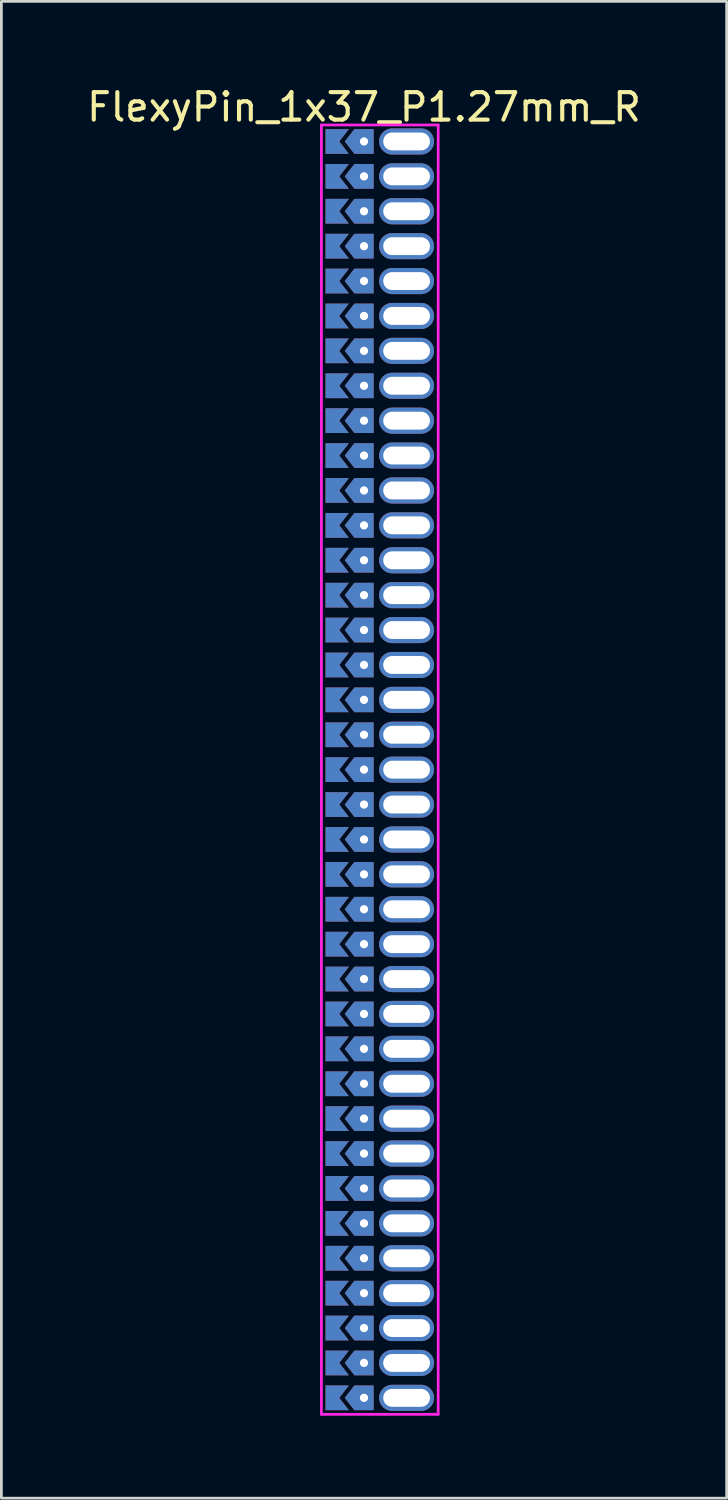
<source format=kicad_pcb>
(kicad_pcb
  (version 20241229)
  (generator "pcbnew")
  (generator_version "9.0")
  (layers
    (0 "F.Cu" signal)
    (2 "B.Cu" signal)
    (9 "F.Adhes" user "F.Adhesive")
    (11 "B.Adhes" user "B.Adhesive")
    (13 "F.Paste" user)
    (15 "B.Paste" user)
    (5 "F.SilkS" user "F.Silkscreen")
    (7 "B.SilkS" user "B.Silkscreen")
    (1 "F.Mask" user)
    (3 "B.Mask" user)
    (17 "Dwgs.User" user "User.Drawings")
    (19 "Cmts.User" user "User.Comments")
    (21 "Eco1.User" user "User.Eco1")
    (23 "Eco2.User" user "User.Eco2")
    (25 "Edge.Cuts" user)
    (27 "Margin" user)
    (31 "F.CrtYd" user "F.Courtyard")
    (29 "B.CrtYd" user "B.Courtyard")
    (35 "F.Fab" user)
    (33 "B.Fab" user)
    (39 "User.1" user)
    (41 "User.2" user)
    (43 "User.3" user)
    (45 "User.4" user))
  (footprint "FlexyPin_1x37_P1.27mm_R"
    (layer "F.Cu")
    (at 10.196 2.098)
    (property "Reference" "FlexyPin_1x37_P1.27mm_R" (at 0 -1.25 0) (layer "F.SilkS") (effects (font (size 1 1) (thickness 0.15))))
    (attr through_hole)
    (fp_line (start -1.55 -0.6) (end 2.7 -0.6) (stroke (width 0.1) (type solid)) (layer "F.CrtYd"))
    (fp_line (start -1.55 46.32) (end -1.55 -0.6) (stroke (width 0.1) (type solid)) (layer "F.CrtYd"))
    (fp_line (start 2.7 -0.6) (end 2.7 46.32) (stroke (width 0.1) (type solid)) (layer "F.CrtYd"))
    (fp_line (start 2.7 46.32) (end -1.55 46.32) (stroke (width 0.1) (type solid)) (layer "F.CrtYd"))
    (pad "" thru_hole custom (at 0 0) (size 0.3 0.3) (drill 0.6) (layers "*.Cu" "*.Mask") (options (anchor rect)) (primitives (gr_poly (pts (xy 0.35 0.45) (xy 0.35 -0.45) (xy -0.35 -0.45) (xy -0.7 0) (xy -0.35 0.45)) (width 0) (fill yes))))
    (pad "" thru_hole custom (at 0 1.27) (size 0.3 0.3) (drill 0.6) (layers "*.Cu" "*.Mask") (options (anchor rect)) (primitives (gr_poly (pts (xy 0.35 0.45) (xy 0.35 -0.45) (xy -0.35 -0.45) (xy -0.7 0) (xy -0.35 0.45)) (width 0) (fill yes))))
    (pad "" thru_hole custom (at 0 2.54) (size 0.3 0.3) (drill 0.6) (layers "*.Cu" "*.Mask") (options (anchor rect)) (primitives (gr_poly (pts (xy 0.35 0.45) (xy 0.35 -0.45) (xy -0.35 -0.45) (xy -0.7 0) (xy -0.35 0.45)) (width 0) (fill yes))))
    (pad "" thru_hole custom (at 0 3.81) (size 0.3 0.3) (drill 0.6) (layers "*.Cu" "*.Mask") (options (anchor rect)) (primitives (gr_poly (pts (xy 0.35 0.45) (xy 0.35 -0.45) (xy -0.35 -0.45) (xy -0.7 0) (xy -0.35 0.45)) (width 0) (fill yes))))
    (pad "" thru_hole custom (at 0 5.08) (size 0.3 0.3) (drill 0.6) (layers "*.Cu" "*.Mask") (options (anchor rect)) (primitives (gr_poly (pts (xy 0.35 0.45) (xy 0.35 -0.45) (xy -0.35 -0.45) (xy -0.7 0) (xy -0.35 0.45)) (width 0) (fill yes))))
    (pad "" thru_hole custom (at 0 6.35) (size 0.3 0.3) (drill 0.6) (layers "*.Cu" "*.Mask") (options (anchor rect)) (primitives (gr_poly (pts (xy 0.35 0.45) (xy 0.35 -0.45) (xy -0.35 -0.45) (xy -0.7 0) (xy -0.35 0.45)) (width 0) (fill yes))))
    (pad "" thru_hole custom (at 0 7.62) (size 0.3 0.3) (drill 0.6) (layers "*.Cu" "*.Mask") (options (anchor rect)) (primitives (gr_poly (pts (xy 0.35 0.45) (xy 0.35 -0.45) (xy -0.35 -0.45) (xy -0.7 0) (xy -0.35 0.45)) (width 0) (fill yes))))
    (pad "" thru_hole custom (at 0 8.89) (size 0.3 0.3) (drill 0.6) (layers "*.Cu" "*.Mask") (options (anchor rect)) (primitives (gr_poly (pts (xy 0.35 0.45) (xy 0.35 -0.45) (xy -0.35 -0.45) (xy -0.7 0) (xy -0.35 0.45)) (width 0) (fill yes))))
    (pad "" thru_hole custom (at 0 10.16) (size 0.3 0.3) (drill 0.6) (layers "*.Cu" "*.Mask") (options (anchor rect)) (primitives (gr_poly (pts (xy 0.35 0.45) (xy 0.35 -0.45) (xy -0.35 -0.45) (xy -0.7 0) (xy -0.35 0.45)) (width 0) (fill yes))))
    (pad "" thru_hole custom (at 0 11.43) (size 0.3 0.3) (drill 0.6) (layers "*.Cu" "*.Mask") (options (anchor rect)) (primitives (gr_poly (pts (xy 0.35 0.45) (xy 0.35 -0.45) (xy -0.35 -0.45) (xy -0.7 0) (xy -0.35 0.45)) (width 0) (fill yes))))
    (pad "" thru_hole custom (at 0 12.7) (size 0.3 0.3) (drill 0.6) (layers "*.Cu" "*.Mask") (options (anchor rect)) (primitives (gr_poly (pts (xy 0.35 0.45) (xy 0.35 -0.45) (xy -0.35 -0.45) (xy -0.7 0) (xy -0.35 0.45)) (width 0) (fill yes))))
    (pad "" thru_hole custom (at 0 13.97) (size 0.3 0.3) (drill 0.6) (layers "*.Cu" "*.Mask") (options (anchor rect)) (primitives (gr_poly (pts (xy 0.35 0.45) (xy 0.35 -0.45) (xy -0.35 -0.45) (xy -0.7 0) (xy -0.35 0.45)) (width 0) (fill yes))))
    (pad "" thru_hole custom (at 0 15.24) (size 0.3 0.3) (drill 0.6) (layers "*.Cu" "*.Mask") (options (anchor rect)) (primitives (gr_poly (pts (xy 0.35 0.45) (xy 0.35 -0.45) (xy -0.35 -0.45) (xy -0.7 0) (xy -0.35 0.45)) (width 0) (fill yes))))
    (pad "" thru_hole custom (at 0 16.51) (size 0.3 0.3) (drill 0.6) (layers "*.Cu" "*.Mask") (options (anchor rect)) (primitives (gr_poly (pts (xy 0.35 0.45) (xy 0.35 -0.45) (xy -0.35 -0.45) (xy -0.7 0) (xy -0.35 0.45)) (width 0) (fill yes))))
    (pad "" thru_hole custom (at 0 17.78) (size 0.3 0.3) (drill 0.6) (layers "*.Cu" "*.Mask") (options (anchor rect)) (primitives (gr_poly (pts (xy 0.35 0.45) (xy 0.35 -0.45) (xy -0.35 -0.45) (xy -0.7 0) (xy -0.35 0.45)) (width 0) (fill yes))))
    (pad "" thru_hole custom (at 0 19.05) (size 0.3 0.3) (drill 0.6) (layers "*.Cu" "*.Mask") (options (anchor rect)) (primitives (gr_poly (pts (xy 0.35 0.45) (xy 0.35 -0.45) (xy -0.35 -0.45) (xy -0.7 0) (xy -0.35 0.45)) (width 0) (fill yes))))
    (pad "" thru_hole custom (at 0 20.32) (size 0.3 0.3) (drill 0.6) (layers "*.Cu" "*.Mask") (options (anchor rect)) (primitives (gr_poly (pts (xy 0.35 0.45) (xy 0.35 -0.45) (xy -0.35 -0.45) (xy -0.7 0) (xy -0.35 0.45)) (width 0) (fill yes))))
    (pad "" thru_hole custom (at 0 21.59) (size 0.3 0.3) (drill 0.6) (layers "*.Cu" "*.Mask") (options (anchor rect)) (primitives (gr_poly (pts (xy 0.35 0.45) (xy 0.35 -0.45) (xy -0.35 -0.45) (xy -0.7 0) (xy -0.35 0.45)) (width 0) (fill yes))))
    (pad "" thru_hole custom (at 0 22.86) (size 0.3 0.3) (drill 0.6) (layers "*.Cu" "*.Mask") (options (anchor rect)) (primitives (gr_poly (pts (xy 0.35 0.45) (xy 0.35 -0.45) (xy -0.35 -0.45) (xy -0.7 0) (xy -0.35 0.45)) (width 0) (fill yes))))
    (pad "" thru_hole custom (at 0 24.13) (size 0.3 0.3) (drill 0.6) (layers "*.Cu" "*.Mask") (options (anchor rect)) (primitives (gr_poly (pts (xy 0.35 0.45) (xy 0.35 -0.45) (xy -0.35 -0.45) (xy -0.7 0) (xy -0.35 0.45)) (width 0) (fill yes))))
    (pad "" thru_hole custom (at 0 25.4) (size 0.3 0.3) (drill 0.6) (layers "*.Cu" "*.Mask") (options (anchor rect)) (primitives (gr_poly (pts (xy 0.35 0.45) (xy 0.35 -0.45) (xy -0.35 -0.45) (xy -0.7 0) (xy -0.35 0.45)) (width 0) (fill yes))))
    (pad "" thru_hole custom (at 0 26.67) (size 0.3 0.3) (drill 0.6) (layers "*.Cu" "*.Mask") (options (anchor rect)) (primitives (gr_poly (pts (xy 0.35 0.45) (xy 0.35 -0.45) (xy -0.35 -0.45) (xy -0.7 0) (xy -0.35 0.45)) (width 0) (fill yes))))
    (pad "" thru_hole custom (at 0 27.94) (size 0.3 0.3) (drill 0.6) (layers "*.Cu" "*.Mask") (options (anchor rect)) (primitives (gr_poly (pts (xy 0.35 0.45) (xy 0.35 -0.45) (xy -0.35 -0.45) (xy -0.7 0) (xy -0.35 0.45)) (width 0) (fill yes))))
    (pad "" thru_hole custom (at 0 29.21) (size 0.3 0.3) (drill 0.6) (layers "*.Cu" "*.Mask") (options (anchor rect)) (primitives (gr_poly (pts (xy 0.35 0.45) (xy 0.35 -0.45) (xy -0.35 -0.45) (xy -0.7 0) (xy -0.35 0.45)) (width 0) (fill yes))))
    (pad "" thru_hole custom (at 0 30.48) (size 0.3 0.3) (drill 0.6) (layers "*.Cu" "*.Mask") (options (anchor rect)) (primitives (gr_poly (pts (xy 0.35 0.45) (xy 0.35 -0.45) (xy -0.35 -0.45) (xy -0.7 0) (xy -0.35 0.45)) (width 0) (fill yes))))
    (pad "" thru_hole custom (at 0 31.75) (size 0.3 0.3) (drill 0.6) (layers "*.Cu" "*.Mask") (options (anchor rect)) (primitives (gr_poly (pts (xy 0.35 0.45) (xy 0.35 -0.45) (xy -0.35 -0.45) (xy -0.7 0) (xy -0.35 0.45)) (width 0) (fill yes))))
    (pad "" thru_hole custom (at 0 33.02) (size 0.3 0.3) (drill 0.6) (layers "*.Cu" "*.Mask") (options (anchor rect)) (primitives (gr_poly (pts (xy 0.35 0.45) (xy 0.35 -0.45) (xy -0.35 -0.45) (xy -0.7 0) (xy -0.35 0.45)) (width 0) (fill yes))))
    (pad "" thru_hole custom (at 0 34.29) (size 0.3 0.3) (drill 0.6) (layers "*.Cu" "*.Mask") (options (anchor rect)) (primitives (gr_poly (pts (xy 0.35 0.45) (xy 0.35 -0.45) (xy -0.35 -0.45) (xy -0.7 0) (xy -0.35 0.45)) (width 0) (fill yes))))
    (pad "" thru_hole custom (at 0 35.56) (size 0.3 0.3) (drill 0.6) (layers "*.Cu" "*.Mask") (options (anchor rect)) (primitives (gr_poly (pts (xy 0.35 0.45) (xy 0.35 -0.45) (xy -0.35 -0.45) (xy -0.7 0) (xy -0.35 0.45)) (width 0) (fill yes))))
    (pad "" thru_hole custom (at 0 36.83) (size 0.3 0.3) (drill 0.6) (layers "*.Cu" "*.Mask") (options (anchor rect)) (primitives (gr_poly (pts (xy 0.35 0.45) (xy 0.35 -0.45) (xy -0.35 -0.45) (xy -0.7 0) (xy -0.35 0.45)) (width 0) (fill yes))))
    (pad "" thru_hole custom (at 0 38.1) (size 0.3 0.3) (drill 0.6) (layers "*.Cu" "*.Mask") (options (anchor rect)) (primitives (gr_poly (pts (xy 0.35 0.45) (xy 0.35 -0.45) (xy -0.35 -0.45) (xy -0.7 0) (xy -0.35 0.45)) (width 0) (fill yes))))
    (pad "" thru_hole custom (at 0 39.37) (size 0.3 0.3) (drill 0.6) (layers "*.Cu" "*.Mask") (options (anchor rect)) (primitives (gr_poly (pts (xy 0.35 0.45) (xy 0.35 -0.45) (xy -0.35 -0.45) (xy -0.7 0) (xy -0.35 0.45)) (width 0) (fill yes))))
    (pad "" thru_hole custom (at 0 40.64) (size 0.3 0.3) (drill 0.6) (layers "*.Cu" "*.Mask") (options (anchor rect)) (primitives (gr_poly (pts (xy 0.35 0.45) (xy 0.35 -0.45) (xy -0.35 -0.45) (xy -0.7 0) (xy -0.35 0.45)) (width 0) (fill yes))))
    (pad "" thru_hole custom (at 0 41.91) (size 0.3 0.3) (drill 0.6) (layers "*.Cu" "*.Mask") (options (anchor rect)) (primitives (gr_poly (pts (xy 0.35 0.45) (xy 0.35 -0.45) (xy -0.35 -0.45) (xy -0.7 0) (xy -0.35 0.45)) (width 0) (fill yes))))
    (pad "" thru_hole custom (at 0 43.18) (size 0.3 0.3) (drill 0.6) (layers "*.Cu" "*.Mask") (options (anchor rect)) (primitives (gr_poly (pts (xy 0.35 0.45) (xy 0.35 -0.45) (xy -0.35 -0.45) (xy -0.7 0) (xy -0.35 0.45)) (width 0) (fill yes))))
    (pad "" thru_hole custom (at 0 44.45) (size 0.3 0.3) (drill 0.6) (layers "*.Cu" "*.Mask") (options (anchor rect)) (primitives (gr_poly (pts (xy 0.35 0.45) (xy 0.35 -0.45) (xy -0.35 -0.45) (xy -0.7 0) (xy -0.35 0.45)) (width 0) (fill yes))))
    (pad "" thru_hole custom (at 0 45.72) (size 0.3 0.3) (drill 0.6) (layers "*.Cu" "*.Mask") (options (anchor rect)) (primitives (gr_poly (pts (xy 0.35 0.45) (xy 0.35 -0.45) (xy -0.35 -0.45) (xy -0.7 0) (xy -0.35 0.45)) (width 0) (fill yes))))
    (pad "" thru_hole oval (at 1.55 0) (size 2 0.95) (drill oval 1.7 0.65) (layers "*.Cu" "*.Mask"))
    (pad "" thru_hole oval (at 1.55 1.27) (size 2 0.95) (drill oval 1.7 0.65) (layers "*.Cu" "*.Mask"))
    (pad "" thru_hole oval (at 1.55 2.54) (size 2 0.95) (drill oval 1.7 0.65) (layers "*.Cu" "*.Mask"))
    (pad "" thru_hole oval (at 1.55 3.81) (size 2 0.95) (drill oval 1.7 0.65) (layers "*.Cu" "*.Mask"))
    (pad "" thru_hole oval (at 1.55 5.08) (size 2 0.95) (drill oval 1.7 0.65) (layers "*.Cu" "*.Mask"))
    (pad "" thru_hole oval (at 1.55 6.35) (size 2 0.95) (drill oval 1.7 0.65) (layers "*.Cu" "*.Mask"))
    (pad "" thru_hole oval (at 1.55 7.62) (size 2 0.95) (drill oval 1.7 0.65) (layers "*.Cu" "*.Mask"))
    (pad "" thru_hole oval (at 1.55 8.89) (size 2 0.95) (drill oval 1.7 0.65) (layers "*.Cu" "*.Mask"))
    (pad "" thru_hole oval (at 1.55 10.16) (size 2 0.95) (drill oval 1.7 0.65) (layers "*.Cu" "*.Mask"))
    (pad "" thru_hole oval (at 1.55 11.43) (size 2 0.95) (drill oval 1.7 0.65) (layers "*.Cu" "*.Mask"))
    (pad "" thru_hole oval (at 1.55 12.7) (size 2 0.95) (drill oval 1.7 0.65) (layers "*.Cu" "*.Mask"))
    (pad "" thru_hole oval (at 1.55 13.97) (size 2 0.95) (drill oval 1.7 0.65) (layers "*.Cu" "*.Mask"))
    (pad "" thru_hole oval (at 1.55 15.24) (size 2 0.95) (drill oval 1.7 0.65) (layers "*.Cu" "*.Mask"))
    (pad "" thru_hole oval (at 1.55 16.51) (size 2 0.95) (drill oval 1.7 0.65) (layers "*.Cu" "*.Mask"))
    (pad "" thru_hole oval (at 1.55 17.78) (size 2 0.95) (drill oval 1.7 0.65) (layers "*.Cu" "*.Mask"))
    (pad "" thru_hole oval (at 1.55 19.05) (size 2 0.95) (drill oval 1.7 0.65) (layers "*.Cu" "*.Mask"))
    (pad "" thru_hole oval (at 1.55 20.32) (size 2 0.95) (drill oval 1.7 0.65) (layers "*.Cu" "*.Mask"))
    (pad "" thru_hole oval (at 1.55 21.59) (size 2 0.95) (drill oval 1.7 0.65) (layers "*.Cu" "*.Mask"))
    (pad "" thru_hole oval (at 1.55 22.86) (size 2 0.95) (drill oval 1.7 0.65) (layers "*.Cu" "*.Mask"))
    (pad "" thru_hole oval (at 1.55 24.13) (size 2 0.95) (drill oval 1.7 0.65) (layers "*.Cu" "*.Mask"))
    (pad "" thru_hole oval (at 1.55 25.4) (size 2 0.95) (drill oval 1.7 0.65) (layers "*.Cu" "*.Mask"))
    (pad "" thru_hole oval (at 1.55 26.67) (size 2 0.95) (drill oval 1.7 0.65) (layers "*.Cu" "*.Mask"))
    (pad "" thru_hole oval (at 1.55 27.94) (size 2 0.95) (drill oval 1.7 0.65) (layers "*.Cu" "*.Mask"))
    (pad "" thru_hole oval (at 1.55 29.21) (size 2 0.95) (drill oval 1.7 0.65) (layers "*.Cu" "*.Mask"))
    (pad "" thru_hole oval (at 1.55 30.48) (size 2 0.95) (drill oval 1.7 0.65) (layers "*.Cu" "*.Mask"))
    (pad "" thru_hole oval (at 1.55 31.75) (size 2 0.95) (drill oval 1.7 0.65) (layers "*.Cu" "*.Mask"))
    (pad "" thru_hole oval (at 1.55 33.02) (size 2 0.95) (drill oval 1.7 0.65) (layers "*.Cu" "*.Mask"))
    (pad "" thru_hole oval (at 1.55 34.29) (size 2 0.95) (drill oval 1.7 0.65) (layers "*.Cu" "*.Mask"))
    (pad "" thru_hole oval (at 1.55 35.56) (size 2 0.95) (drill oval 1.7 0.65) (layers "*.Cu" "*.Mask"))
    (pad "" thru_hole oval (at 1.55 36.83) (size 2 0.95) (drill oval 1.7 0.65) (layers "*.Cu" "*.Mask"))
    (pad "" thru_hole oval (at 1.55 38.1) (size 2 0.95) (drill oval 1.7 0.65) (layers "*.Cu" "*.Mask"))
    (pad "" thru_hole oval (at 1.55 39.37) (size 2 0.95) (drill oval 1.7 0.65) (layers "*.Cu" "*.Mask"))
    (pad "" thru_hole oval (at 1.55 40.64) (size 2 0.95) (drill oval 1.7 0.65) (layers "*.Cu" "*.Mask"))
    (pad "" thru_hole oval (at 1.55 41.91) (size 2 0.95) (drill oval 1.7 0.65) (layers "*.Cu" "*.Mask"))
    (pad "" thru_hole oval (at 1.55 43.18) (size 2 0.95) (drill oval 1.7 0.65) (layers "*.Cu" "*.Mask"))
    (pad "" thru_hole oval (at 1.55 44.45) (size 2 0.95) (drill oval 1.7 0.65) (layers "*.Cu" "*.Mask"))
    (pad "" thru_hole oval (at 1.55 45.72) (size 2 0.95) (drill oval 1.7 0.65) (layers "*.Cu" "*.Mask"))
    (pad "1" smd custom (at -0.9 0) (size 0.01 0.01) (layers "F.Cu" "F.Mask") (options (anchor rect)) (primitives (gr_poly (pts (xy 0 0) (xy 0.35 0.45) (xy -0.5 0.45) (xy -0.5 -0.45) (xy 0.35 -0.45)) (width 0) (fill yes))))
    (pad "1" smd custom (at -0.9 1.27) (size 0.01 0.01) (layers "F.Cu" "F.Mask") (options (anchor rect)) (primitives (gr_poly (pts (xy 0 0) (xy 0.35 0.45) (xy -0.5 0.45) (xy -0.5 -0.45) (xy 0.35 -0.45)) (width 0) (fill yes))))
    (pad "1" smd custom (at -0.9 2.54) (size 0.01 0.01) (layers "F.Cu" "F.Mask") (options (anchor rect)) (primitives (gr_poly (pts (xy 0 0) (xy 0.35 0.45) (xy -0.5 0.45) (xy -0.5 -0.45) (xy 0.35 -0.45)) (width 0) (fill yes))))
    (pad "1" smd custom (at -0.9 3.81) (size 0.01 0.01) (layers "F.Cu" "F.Mask") (options (anchor rect)) (primitives (gr_poly (pts (xy 0 0) (xy 0.35 0.45) (xy -0.5 0.45) (xy -0.5 -0.45) (xy 0.35 -0.45)) (width 0) (fill yes))))
    (pad "1" smd custom (at -0.9 5.08) (size 0.01 0.01) (layers "F.Cu" "F.Mask") (options (anchor rect)) (primitives (gr_poly (pts (xy 0 0) (xy 0.35 0.45) (xy -0.5 0.45) (xy -0.5 -0.45) (xy 0.35 -0.45)) (width 0) (fill yes))))
    (pad "1" smd custom (at -0.9 6.35) (size 0.01 0.01) (layers "F.Cu" "F.Mask") (options (anchor rect)) (primitives (gr_poly (pts (xy 0 0) (xy 0.35 0.45) (xy -0.5 0.45) (xy -0.5 -0.45) (xy 0.35 -0.45)) (width 0) (fill yes))))
    (pad "1" smd custom (at -0.9 7.62) (size 0.01 0.01) (layers "F.Cu" "F.Mask") (options (anchor rect)) (primitives (gr_poly (pts (xy 0 0) (xy 0.35 0.45) (xy -0.5 0.45) (xy -0.5 -0.45) (xy 0.35 -0.45)) (width 0) (fill yes))))
    (pad "1" smd custom (at -0.9 8.89) (size 0.01 0.01) (layers "F.Cu" "F.Mask") (options (anchor rect)) (primitives (gr_poly (pts (xy 0 0) (xy 0.35 0.45) (xy -0.5 0.45) (xy -0.5 -0.45) (xy 0.35 -0.45)) (width 0) (fill yes))))
    (pad "1" smd custom (at -0.9 10.16) (size 0.01 0.01) (layers "F.Cu" "F.Mask") (options (anchor rect)) (primitives (gr_poly (pts (xy 0 0) (xy 0.35 0.45) (xy -0.5 0.45) (xy -0.5 -0.45) (xy 0.35 -0.45)) (width 0) (fill yes))))
    (pad "1" smd custom (at -0.9 11.43) (size 0.01 0.01) (layers "F.Cu" "F.Mask") (options (anchor rect)) (primitives (gr_poly (pts (xy 0 0) (xy 0.35 0.45) (xy -0.5 0.45) (xy -0.5 -0.45) (xy 0.35 -0.45)) (width 0) (fill yes))))
    (pad "1" smd custom (at -0.9 12.7) (size 0.01 0.01) (layers "F.Cu" "F.Mask") (options (anchor rect)) (primitives (gr_poly (pts (xy 0 0) (xy 0.35 0.45) (xy -0.5 0.45) (xy -0.5 -0.45) (xy 0.35 -0.45)) (width 0) (fill yes))))
    (pad "1" smd custom (at -0.9 13.97) (size 0.01 0.01) (layers "F.Cu" "F.Mask") (options (anchor rect)) (primitives (gr_poly (pts (xy 0 0) (xy 0.35 0.45) (xy -0.5 0.45) (xy -0.5 -0.45) (xy 0.35 -0.45)) (width 0) (fill yes))))
    (pad "1" smd custom (at -0.9 15.24) (size 0.01 0.01) (layers "F.Cu" "F.Mask") (options (anchor rect)) (primitives (gr_poly (pts (xy 0 0) (xy 0.35 0.45) (xy -0.5 0.45) (xy -0.5 -0.45) (xy 0.35 -0.45)) (width 0) (fill yes))))
    (pad "1" smd custom (at -0.9 16.51) (size 0.01 0.01) (layers "F.Cu" "F.Mask") (options (anchor rect)) (primitives (gr_poly (pts (xy 0 0) (xy 0.35 0.45) (xy -0.5 0.45) (xy -0.5 -0.45) (xy 0.35 -0.45)) (width 0) (fill yes))))
    (pad "1" smd custom (at -0.9 17.78) (size 0.01 0.01) (layers "F.Cu" "F.Mask") (options (anchor rect)) (primitives (gr_poly (pts (xy 0 0) (xy 0.35 0.45) (xy -0.5 0.45) (xy -0.5 -0.45) (xy 0.35 -0.45)) (width 0) (fill yes))))
    (pad "1" smd custom (at -0.9 19.05) (size 0.01 0.01) (layers "F.Cu" "F.Mask") (options (anchor rect)) (primitives (gr_poly (pts (xy 0 0) (xy 0.35 0.45) (xy -0.5 0.45) (xy -0.5 -0.45) (xy 0.35 -0.45)) (width 0) (fill yes))))
    (pad "1" smd custom (at -0.9 20.32) (size 0.01 0.01) (layers "F.Cu" "F.Mask") (options (anchor rect)) (primitives (gr_poly (pts (xy 0 0) (xy 0.35 0.45) (xy -0.5 0.45) (xy -0.5 -0.45) (xy 0.35 -0.45)) (width 0) (fill yes))))
    (pad "1" smd custom (at -0.9 21.59) (size 0.01 0.01) (layers "F.Cu" "F.Mask") (options (anchor rect)) (primitives (gr_poly (pts (xy 0 0) (xy 0.35 0.45) (xy -0.5 0.45) (xy -0.5 -0.45) (xy 0.35 -0.45)) (width 0) (fill yes))))
    (pad "1" smd custom (at -0.9 22.86) (size 0.01 0.01) (layers "F.Cu" "F.Mask") (options (anchor rect)) (primitives (gr_poly (pts (xy 0 0) (xy 0.35 0.45) (xy -0.5 0.45) (xy -0.5 -0.45) (xy 0.35 -0.45)) (width 0) (fill yes))))
    (pad "1" smd custom (at -0.9 24.13) (size 0.01 0.01) (layers "F.Cu" "F.Mask") (options (anchor rect)) (primitives (gr_poly (pts (xy 0 0) (xy 0.35 0.45) (xy -0.5 0.45) (xy -0.5 -0.45) (xy 0.35 -0.45)) (width 0) (fill yes))))
    (pad "1" smd custom (at -0.9 25.4) (size 0.01 0.01) (layers "F.Cu" "F.Mask") (options (anchor rect)) (primitives (gr_poly (pts (xy 0 0) (xy 0.35 0.45) (xy -0.5 0.45) (xy -0.5 -0.45) (xy 0.35 -0.45)) (width 0) (fill yes))))
    (pad "1" smd custom (at -0.9 26.67) (size 0.01 0.01) (layers "F.Cu" "F.Mask") (options (anchor rect)) (primitives (gr_poly (pts (xy 0 0) (xy 0.35 0.45) (xy -0.5 0.45) (xy -0.5 -0.45) (xy 0.35 -0.45)) (width 0) (fill yes))))
    (pad "1" smd custom (at -0.9 27.94) (size 0.01 0.01) (layers "F.Cu" "F.Mask") (options (anchor rect)) (primitives (gr_poly (pts (xy 0 0) (xy 0.35 0.45) (xy -0.5 0.45) (xy -0.5 -0.45) (xy 0.35 -0.45)) (width 0) (fill yes))))
    (pad "1" smd custom (at -0.9 29.21) (size 0.01 0.01) (layers "F.Cu" "F.Mask") (options (anchor rect)) (primitives (gr_poly (pts (xy 0 0) (xy 0.35 0.45) (xy -0.5 0.45) (xy -0.5 -0.45) (xy 0.35 -0.45)) (width 0) (fill yes))))
    (pad "1" smd custom (at -0.9 30.48) (size 0.01 0.01) (layers "F.Cu" "F.Mask") (options (anchor rect)) (primitives (gr_poly (pts (xy 0 0) (xy 0.35 0.45) (xy -0.5 0.45) (xy -0.5 -0.45) (xy 0.35 -0.45)) (width 0) (fill yes))))
    (pad "1" smd custom (at -0.9 31.75) (size 0.01 0.01) (layers "F.Cu" "F.Mask") (options (anchor rect)) (primitives (gr_poly (pts (xy 0 0) (xy 0.35 0.45) (xy -0.5 0.45) (xy -0.5 -0.45) (xy 0.35 -0.45)) (width 0) (fill yes))))
    (pad "1" smd custom (at -0.9 33.02) (size 0.01 0.01) (layers "F.Cu" "F.Mask") (options (anchor rect)) (primitives (gr_poly (pts (xy 0 0) (xy 0.35 0.45) (xy -0.5 0.45) (xy -0.5 -0.45) (xy 0.35 -0.45)) (width 0) (fill yes))))
    (pad "1" smd custom (at -0.9 34.29) (size 0.01 0.01) (layers "F.Cu" "F.Mask") (options (anchor rect)) (primitives (gr_poly (pts (xy 0 0) (xy 0.35 0.45) (xy -0.5 0.45) (xy -0.5 -0.45) (xy 0.35 -0.45)) (width 0) (fill yes))))
    (pad "1" smd custom (at -0.9 35.56) (size 0.01 0.01) (layers "F.Cu" "F.Mask") (options (anchor rect)) (primitives (gr_poly (pts (xy 0 0) (xy 0.35 0.45) (xy -0.5 0.45) (xy -0.5 -0.45) (xy 0.35 -0.45)) (width 0) (fill yes))))
    (pad "1" smd custom (at -0.9 36.83) (size 0.01 0.01) (layers "F.Cu" "F.Mask") (options (anchor rect)) (primitives (gr_poly (pts (xy 0 0) (xy 0.35 0.45) (xy -0.5 0.45) (xy -0.5 -0.45) (xy 0.35 -0.45)) (width 0) (fill yes))))
    (pad "1" smd custom (at -0.9 38.1) (size 0.01 0.01) (layers "F.Cu" "F.Mask") (options (anchor rect)) (primitives (gr_poly (pts (xy 0 0) (xy 0.35 0.45) (xy -0.5 0.45) (xy -0.5 -0.45) (xy 0.35 -0.45)) (width 0) (fill yes))))
    (pad "1" smd custom (at -0.9 39.37) (size 0.01 0.01) (layers "F.Cu" "F.Mask") (options (anchor rect)) (primitives (gr_poly (pts (xy 0 0) (xy 0.35 0.45) (xy -0.5 0.45) (xy -0.5 -0.45) (xy 0.35 -0.45)) (width 0) (fill yes))))
    (pad "1" smd custom (at -0.9 40.64) (size 0.01 0.01) (layers "F.Cu" "F.Mask") (options (anchor rect)) (primitives (gr_poly (pts (xy 0 0) (xy 0.35 0.45) (xy -0.5 0.45) (xy -0.5 -0.45) (xy 0.35 -0.45)) (width 0) (fill yes))))
    (pad "1" smd custom (at -0.9 41.91) (size 0.01 0.01) (layers "F.Cu" "F.Mask") (options (anchor rect)) (primitives (gr_poly (pts (xy 0 0) (xy 0.35 0.45) (xy -0.5 0.45) (xy -0.5 -0.45) (xy 0.35 -0.45)) (width 0) (fill yes))))
    (pad "1" smd custom (at -0.9 43.18) (size 0.01 0.01) (layers "F.Cu" "F.Mask") (options (anchor rect)) (primitives (gr_poly (pts (xy 0 0) (xy 0.35 0.45) (xy -0.5 0.45) (xy -0.5 -0.45) (xy 0.35 -0.45)) (width 0) (fill yes))))
    (pad "1" smd custom (at -0.9 44.45) (size 0.01 0.01) (layers "F.Cu" "F.Mask") (options (anchor rect)) (primitives (gr_poly (pts (xy 0 0) (xy 0.35 0.45) (xy -0.5 0.45) (xy -0.5 -0.45) (xy 0.35 -0.45)) (width 0) (fill yes))))
    (pad "1" smd custom (at -0.9 45.72) (size 0.01 0.01) (layers "F.Cu" "F.Mask") (options (anchor rect)) (primitives (gr_poly (pts (xy 0 0) (xy 0.35 0.45) (xy -0.5 0.45) (xy -0.5 -0.45) (xy 0.35 -0.45)) (width 0) (fill yes))))
    (pad "2" smd custom (at -0.9 0) (size 0.01 0.01) (layers "B.Cu" "B.Mask") (options (anchor rect)) (primitives (gr_poly (pts (xy 0 0) (xy 0.35 0.45) (xy -0.5 0.45) (xy -0.5 -0.45) (xy 0.35 -0.45)) (width 0) (fill yes))))
    (pad "2" smd custom (at -0.9 1.27) (size 0.01 0.01) (layers "B.Cu" "B.Mask") (options (anchor rect)) (primitives (gr_poly (pts (xy 0 0) (xy 0.35 0.45) (xy -0.5 0.45) (xy -0.5 -0.45) (xy 0.35 -0.45)) (width 0) (fill yes))))
    (pad "2" smd custom (at -0.9 2.54) (size 0.01 0.01) (layers "B.Cu" "B.Mask") (options (anchor rect)) (primitives (gr_poly (pts (xy 0 0) (xy 0.35 0.45) (xy -0.5 0.45) (xy -0.5 -0.45) (xy 0.35 -0.45)) (width 0) (fill yes))))
    (pad "2" smd custom (at -0.9 3.81) (size 0.01 0.01) (layers "B.Cu" "B.Mask") (options (anchor rect)) (primitives (gr_poly (pts (xy 0 0) (xy 0.35 0.45) (xy -0.5 0.45) (xy -0.5 -0.45) (xy 0.35 -0.45)) (width 0) (fill yes))))
    (pad "2" smd custom (at -0.9 5.08) (size 0.01 0.01) (layers "B.Cu" "B.Mask") (options (anchor rect)) (primitives (gr_poly (pts (xy 0 0) (xy 0.35 0.45) (xy -0.5 0.45) (xy -0.5 -0.45) (xy 0.35 -0.45)) (width 0) (fill yes))))
    (pad "2" smd custom (at -0.9 6.35) (size 0.01 0.01) (layers "B.Cu" "B.Mask") (options (anchor rect)) (primitives (gr_poly (pts (xy 0 0) (xy 0.35 0.45) (xy -0.5 0.45) (xy -0.5 -0.45) (xy 0.35 -0.45)) (width 0) (fill yes))))
    (pad "2" smd custom (at -0.9 7.62) (size 0.01 0.01) (layers "B.Cu" "B.Mask") (options (anchor rect)) (primitives (gr_poly (pts (xy 0 0) (xy 0.35 0.45) (xy -0.5 0.45) (xy -0.5 -0.45) (xy 0.35 -0.45)) (width 0) (fill yes))))
    (pad "2" smd custom (at -0.9 8.89) (size 0.01 0.01) (layers "B.Cu" "B.Mask") (options (anchor rect)) (primitives (gr_poly (pts (xy 0 0) (xy 0.35 0.45) (xy -0.5 0.45) (xy -0.5 -0.45) (xy 0.35 -0.45)) (width 0) (fill yes))))
    (pad "2" smd custom (at -0.9 10.16) (size 0.01 0.01) (layers "B.Cu" "B.Mask") (options (anchor rect)) (primitives (gr_poly (pts (xy 0 0) (xy 0.35 0.45) (xy -0.5 0.45) (xy -0.5 -0.45) (xy 0.35 -0.45)) (width 0) (fill yes))))
    (pad "2" smd custom (at -0.9 11.43) (size 0.01 0.01) (layers "B.Cu" "B.Mask") (options (anchor rect)) (primitives (gr_poly (pts (xy 0 0) (xy 0.35 0.45) (xy -0.5 0.45) (xy -0.5 -0.45) (xy 0.35 -0.45)) (width 0) (fill yes))))
    (pad "2" smd custom (at -0.9 12.7) (size 0.01 0.01) (layers "B.Cu" "B.Mask") (options (anchor rect)) (primitives (gr_poly (pts (xy 0 0) (xy 0.35 0.45) (xy -0.5 0.45) (xy -0.5 -0.45) (xy 0.35 -0.45)) (width 0) (fill yes))))
    (pad "2" smd custom (at -0.9 13.97) (size 0.01 0.01) (layers "B.Cu" "B.Mask") (options (anchor rect)) (primitives (gr_poly (pts (xy 0 0) (xy 0.35 0.45) (xy -0.5 0.45) (xy -0.5 -0.45) (xy 0.35 -0.45)) (width 0) (fill yes))))
    (pad "2" smd custom (at -0.9 15.24) (size 0.01 0.01) (layers "B.Cu" "B.Mask") (options (anchor rect)) (primitives (gr_poly (pts (xy 0 0) (xy 0.35 0.45) (xy -0.5 0.45) (xy -0.5 -0.45) (xy 0.35 -0.45)) (width 0) (fill yes))))
    (pad "2" smd custom (at -0.9 16.51) (size 0.01 0.01) (layers "B.Cu" "B.Mask") (options (anchor rect)) (primitives (gr_poly (pts (xy 0 0) (xy 0.35 0.45) (xy -0.5 0.45) (xy -0.5 -0.45) (xy 0.35 -0.45)) (width 0) (fill yes))))
    (pad "2" smd custom (at -0.9 17.78) (size 0.01 0.01) (layers "B.Cu" "B.Mask") (options (anchor rect)) (primitives (gr_poly (pts (xy 0 0) (xy 0.35 0.45) (xy -0.5 0.45) (xy -0.5 -0.45) (xy 0.35 -0.45)) (width 0) (fill yes))))
    (pad "2" smd custom (at -0.9 19.05) (size 0.01 0.01) (layers "B.Cu" "B.Mask") (options (anchor rect)) (primitives (gr_poly (pts (xy 0 0) (xy 0.35 0.45) (xy -0.5 0.45) (xy -0.5 -0.45) (xy 0.35 -0.45)) (width 0) (fill yes))))
    (pad "2" smd custom (at -0.9 20.32) (size 0.01 0.01) (layers "B.Cu" "B.Mask") (options (anchor rect)) (primitives (gr_poly (pts (xy 0 0) (xy 0.35 0.45) (xy -0.5 0.45) (xy -0.5 -0.45) (xy 0.35 -0.45)) (width 0) (fill yes))))
    (pad "2" smd custom (at -0.9 21.59) (size 0.01 0.01) (layers "B.Cu" "B.Mask") (options (anchor rect)) (primitives (gr_poly (pts (xy 0 0) (xy 0.35 0.45) (xy -0.5 0.45) (xy -0.5 -0.45) (xy 0.35 -0.45)) (width 0) (fill yes))))
    (pad "2" smd custom (at -0.9 22.86) (size 0.01 0.01) (layers "B.Cu" "B.Mask") (options (anchor rect)) (primitives (gr_poly (pts (xy 0 0) (xy 0.35 0.45) (xy -0.5 0.45) (xy -0.5 -0.45) (xy 0.35 -0.45)) (width 0) (fill yes))))
    (pad "2" smd custom (at -0.9 24.13) (size 0.01 0.01) (layers "B.Cu" "B.Mask") (options (anchor rect)) (primitives (gr_poly (pts (xy 0 0) (xy 0.35 0.45) (xy -0.5 0.45) (xy -0.5 -0.45) (xy 0.35 -0.45)) (width 0) (fill yes))))
    (pad "2" smd custom (at -0.9 25.4) (size 0.01 0.01) (layers "B.Cu" "B.Mask") (options (anchor rect)) (primitives (gr_poly (pts (xy 0 0) (xy 0.35 0.45) (xy -0.5 0.45) (xy -0.5 -0.45) (xy 0.35 -0.45)) (width 0) (fill yes))))
    (pad "2" smd custom (at -0.9 26.67) (size 0.01 0.01) (layers "B.Cu" "B.Mask") (options (anchor rect)) (primitives (gr_poly (pts (xy 0 0) (xy 0.35 0.45) (xy -0.5 0.45) (xy -0.5 -0.45) (xy 0.35 -0.45)) (width 0) (fill yes))))
    (pad "2" smd custom (at -0.9 27.94) (size 0.01 0.01) (layers "B.Cu" "B.Mask") (options (anchor rect)) (primitives (gr_poly (pts (xy 0 0) (xy 0.35 0.45) (xy -0.5 0.45) (xy -0.5 -0.45) (xy 0.35 -0.45)) (width 0) (fill yes))))
    (pad "2" smd custom (at -0.9 29.21) (size 0.01 0.01) (layers "B.Cu" "B.Mask") (options (anchor rect)) (primitives (gr_poly (pts (xy 0 0) (xy 0.35 0.45) (xy -0.5 0.45) (xy -0.5 -0.45) (xy 0.35 -0.45)) (width 0) (fill yes))))
    (pad "2" smd custom (at -0.9 30.48) (size 0.01 0.01) (layers "B.Cu" "B.Mask") (options (anchor rect)) (primitives (gr_poly (pts (xy 0 0) (xy 0.35 0.45) (xy -0.5 0.45) (xy -0.5 -0.45) (xy 0.35 -0.45)) (width 0) (fill yes))))
    (pad "2" smd custom (at -0.9 31.75) (size 0.01 0.01) (layers "B.Cu" "B.Mask") (options (anchor rect)) (primitives (gr_poly (pts (xy 0 0) (xy 0.35 0.45) (xy -0.5 0.45) (xy -0.5 -0.45) (xy 0.35 -0.45)) (width 0) (fill yes))))
    (pad "2" smd custom (at -0.9 33.02) (size 0.01 0.01) (layers "B.Cu" "B.Mask") (options (anchor rect)) (primitives (gr_poly (pts (xy 0 0) (xy 0.35 0.45) (xy -0.5 0.45) (xy -0.5 -0.45) (xy 0.35 -0.45)) (width 0) (fill yes))))
    (pad "2" smd custom (at -0.9 34.29) (size 0.01 0.01) (layers "B.Cu" "B.Mask") (options (anchor rect)) (primitives (gr_poly (pts (xy 0 0) (xy 0.35 0.45) (xy -0.5 0.45) (xy -0.5 -0.45) (xy 0.35 -0.45)) (width 0) (fill yes))))
    (pad "2" smd custom (at -0.9 35.56) (size 0.01 0.01) (layers "B.Cu" "B.Mask") (options (anchor rect)) (primitives (gr_poly (pts (xy 0 0) (xy 0.35 0.45) (xy -0.5 0.45) (xy -0.5 -0.45) (xy 0.35 -0.45)) (width 0) (fill yes))))
    (pad "2" smd custom (at -0.9 36.83) (size 0.01 0.01) (layers "B.Cu" "B.Mask") (options (anchor rect)) (primitives (gr_poly (pts (xy 0 0) (xy 0.35 0.45) (xy -0.5 0.45) (xy -0.5 -0.45) (xy 0.35 -0.45)) (width 0) (fill yes))))
    (pad "2" smd custom (at -0.9 38.1) (size 0.01 0.01) (layers "B.Cu" "B.Mask") (options (anchor rect)) (primitives (gr_poly (pts (xy 0 0) (xy 0.35 0.45) (xy -0.5 0.45) (xy -0.5 -0.45) (xy 0.35 -0.45)) (width 0) (fill yes))))
    (pad "2" smd custom (at -0.9 39.37) (size 0.01 0.01) (layers "B.Cu" "B.Mask") (options (anchor rect)) (primitives (gr_poly (pts (xy 0 0) (xy 0.35 0.45) (xy -0.5 0.45) (xy -0.5 -0.45) (xy 0.35 -0.45)) (width 0) (fill yes))))
    (pad "2" smd custom (at -0.9 40.64) (size 0.01 0.01) (layers "B.Cu" "B.Mask") (options (anchor rect)) (primitives (gr_poly (pts (xy 0 0) (xy 0.35 0.45) (xy -0.5 0.45) (xy -0.5 -0.45) (xy 0.35 -0.45)) (width 0) (fill yes))))
    (pad "2" smd custom (at -0.9 41.91) (size 0.01 0.01) (layers "B.Cu" "B.Mask") (options (anchor rect)) (primitives (gr_poly (pts (xy 0 0) (xy 0.35 0.45) (xy -0.5 0.45) (xy -0.5 -0.45) (xy 0.35 -0.45)) (width 0) (fill yes))))
    (pad "2" smd custom (at -0.9 43.18) (size 0.01 0.01) (layers "B.Cu" "B.Mask") (options (anchor rect)) (primitives (gr_poly (pts (xy 0 0) (xy 0.35 0.45) (xy -0.5 0.45) (xy -0.5 -0.45) (xy 0.35 -0.45)) (width 0) (fill yes))))
    (pad "2" smd custom (at -0.9 44.45) (size 0.01 0.01) (layers "B.Cu" "B.Mask") (options (anchor rect)) (primitives (gr_poly (pts (xy 0 0) (xy 0.35 0.45) (xy -0.5 0.45) (xy -0.5 -0.45) (xy 0.35 -0.45)) (width 0) (fill yes))))
    (pad "2" smd custom (at -0.9 45.72) (size 0.01 0.01) (layers "B.Cu" "B.Mask") (options (anchor rect)) (primitives (gr_poly (pts (xy 0 0) (xy 0.35 0.45) (xy -0.5 0.45) (xy -0.5 -0.45) (xy 0.35 -0.45)) (width 0) (fill yes)))))
  (gr_rect
    (start -3 -3)
    (end 23.393 51.468)
    (stroke (width 0.1) (type default))
    (fill no)
    (layer "Edge.Cuts")))
</source>
